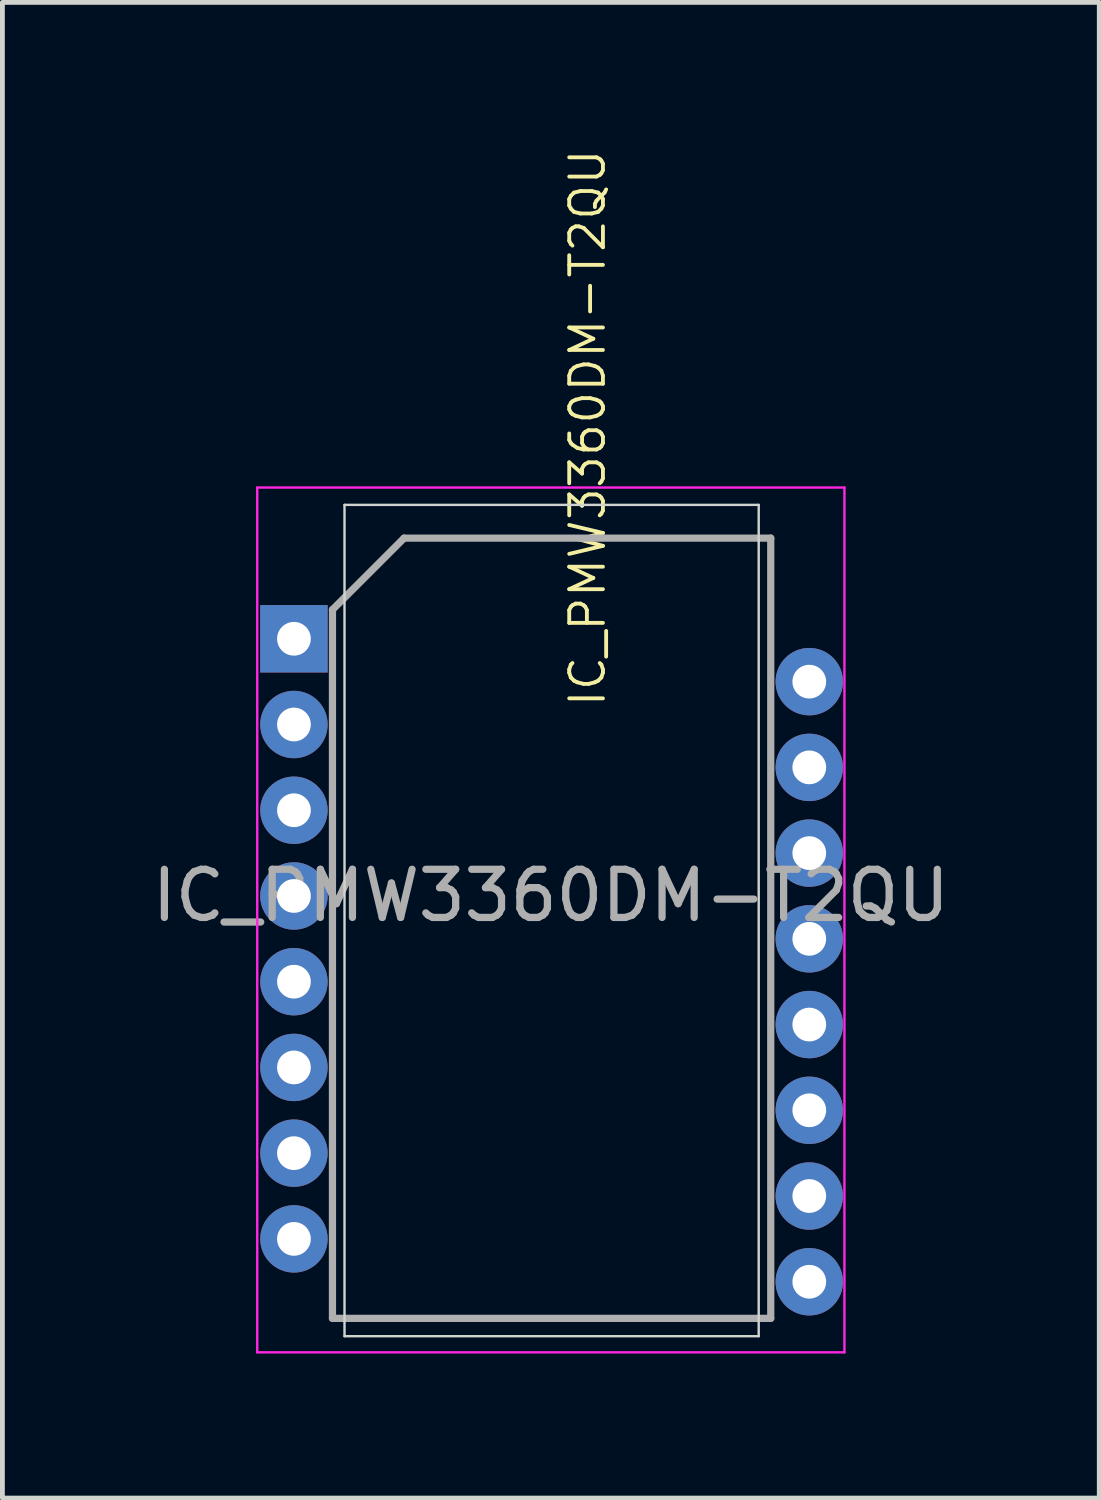
<source format=kicad_pcb>
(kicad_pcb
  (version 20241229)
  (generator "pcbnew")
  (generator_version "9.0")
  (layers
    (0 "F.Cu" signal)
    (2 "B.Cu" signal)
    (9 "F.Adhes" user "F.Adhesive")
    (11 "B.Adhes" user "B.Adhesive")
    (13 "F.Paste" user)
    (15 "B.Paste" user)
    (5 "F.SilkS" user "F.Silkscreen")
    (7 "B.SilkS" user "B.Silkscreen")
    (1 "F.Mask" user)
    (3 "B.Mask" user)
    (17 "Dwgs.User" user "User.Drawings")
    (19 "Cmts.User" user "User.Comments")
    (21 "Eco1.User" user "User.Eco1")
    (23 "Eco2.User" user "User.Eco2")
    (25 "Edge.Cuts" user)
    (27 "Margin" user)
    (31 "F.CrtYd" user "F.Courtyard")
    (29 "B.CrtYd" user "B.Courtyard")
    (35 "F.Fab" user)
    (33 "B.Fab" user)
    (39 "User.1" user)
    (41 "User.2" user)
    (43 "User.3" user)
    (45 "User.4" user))
  (footprint "IC_PMW3360DM-T2QU"
    (layer "F.Cu")
    (at 8.403 15.873)
    (property "Reference" "IC_PMW3360DM-T2QU" (at 0.746 -10.04 270) (layer "F.SilkS") (effects (font (size 0.7 0.7) (thickness 0.08))))
    (attr through_hole)
    (fp_line (start -4.3 -8.44) (end -4.3 8.82) (stroke (width 0.05) (type solid)) (layer "Edge.Cuts"))
    (fp_line (start 4.3 -8.44) (end -4.3 -8.44) (stroke (width 0.05) (type solid)) (layer "Edge.Cuts"))
    (fp_line (start 4.3 -8.44) (end 4.3 8.82) (stroke (width 0.05) (type solid)) (layer "Edge.Cuts"))
    (fp_line (start 4.3 8.82) (end -4.3 8.82) (stroke (width 0.05) (type solid)) (layer "Edge.Cuts"))
    (fp_line (start -6.112 -8.8) (end 6.08 -8.8) (stroke (width 0.05) (type solid)) (layer "F.CrtYd"))
    (fp_line (start -6.112 9.156) (end -6.112 -8.8) (stroke (width 0.05) (type solid)) (layer "F.CrtYd"))
    (fp_line (start 6.08 -8.8) (end 6.08 9.156) (stroke (width 0.05) (type solid)) (layer "F.CrtYd"))
    (fp_line (start 6.08 9.156) (end -6.112 9.156) (stroke (width 0.05) (type solid)) (layer "F.CrtYd"))
    (fp_line (start -4.55 -6.264) (end -4.55 8.45) (stroke (width 0.15) (type solid)) (layer "F.Fab"))
    (fp_line (start -3.064 -7.75) (end -4.55 -6.264) (stroke (width 0.15) (type solid)) (layer "F.Fab"))
    (fp_line (start 4.55 -7.75) (end -3.064 -7.75) (stroke (width 0.15) (type solid)) (layer "F.Fab"))
    (fp_line (start 4.55 -7.75) (end 4.55 8.45) (stroke (width 0.15) (type solid)) (layer "F.Fab"))
    (fp_line (start 4.55 8.45) (end -4.55 8.45) (stroke (width 0.15) (type solid)) (layer "F.Fab"))
    (fp_text user "${REFERENCE}" (at -0.016 -0.329 180) (layer "F.Fab") (effects (font (size 1 1) (thickness 0.15))))
    (pad "1" thru_hole rect (at -5.35 -5.66 180) (size 1.4 1.4) (drill 0.7) (layers "*.Cu" "*.Mask"))
    (pad "2" thru_hole circle (at -5.35 -3.88 180) (size 1.4 1.4) (drill 0.7) (layers "*.Cu" "*.Mask"))
    (pad "3" thru_hole circle (at -5.35 -2.1 180) (size 1.4 1.4) (drill 0.7) (layers "*.Cu" "*.Mask"))
    (pad "4" thru_hole circle (at -5.35 -0.32 180) (size 1.4 1.4) (drill 0.7) (layers "*.Cu" "*.Mask"))
    (pad "5" thru_hole circle (at -5.35 1.46 180) (size 1.4 1.4) (drill 0.7) (layers "*.Cu" "*.Mask"))
    (pad "6" thru_hole circle (at -5.35 3.24 180) (size 1.4 1.4) (drill 0.7) (layers "*.Cu" "*.Mask"))
    (pad "7" thru_hole circle (at -5.35 5.02 180) (size 1.4 1.4) (drill 0.7) (layers "*.Cu" "*.Mask"))
    (pad "8" thru_hole circle (at -5.35 6.8 180) (size 1.4 1.4) (drill 0.7) (layers "*.Cu" "*.Mask"))
    (pad "9" thru_hole circle (at 5.35 7.69 180) (size 1.4 1.4) (drill 0.7) (layers "*.Cu" "*.Mask"))
    (pad "10" thru_hole circle (at 5.35 5.91 180) (size 1.4 1.4) (drill 0.7) (layers "*.Cu" "*.Mask"))
    (pad "11" thru_hole circle (at 5.35 4.13 180) (size 1.4 1.4) (drill 0.7) (layers "*.Cu" "*.Mask"))
    (pad "12" thru_hole circle (at 5.35 2.35 180) (size 1.4 1.4) (drill 0.7) (layers "*.Cu" "*.Mask"))
    (pad "13" thru_hole circle (at 5.35 0.57 180) (size 1.4 1.4) (drill 0.7) (layers "*.Cu" "*.Mask"))
    (pad "14" thru_hole circle (at 5.35 -1.21 180) (size 1.4 1.4) (drill 0.7) (layers "*.Cu" "*.Mask"))
    (pad "15" thru_hole circle (at 5.35 -2.99 180) (size 1.4 1.4) (drill 0.7) (layers "*.Cu" "*.Mask"))
    (pad "16" thru_hole circle (at 5.35 -4.77 180) (size 1.4 1.4) (drill 0.7) (layers "*.Cu" "*.Mask")))
  (gr_rect
    (start -3 -3)
    (end 19.774 28.054)
    (stroke (width 0.1) (type default))
    (fill no)
    (layer "Edge.Cuts")))
</source>
